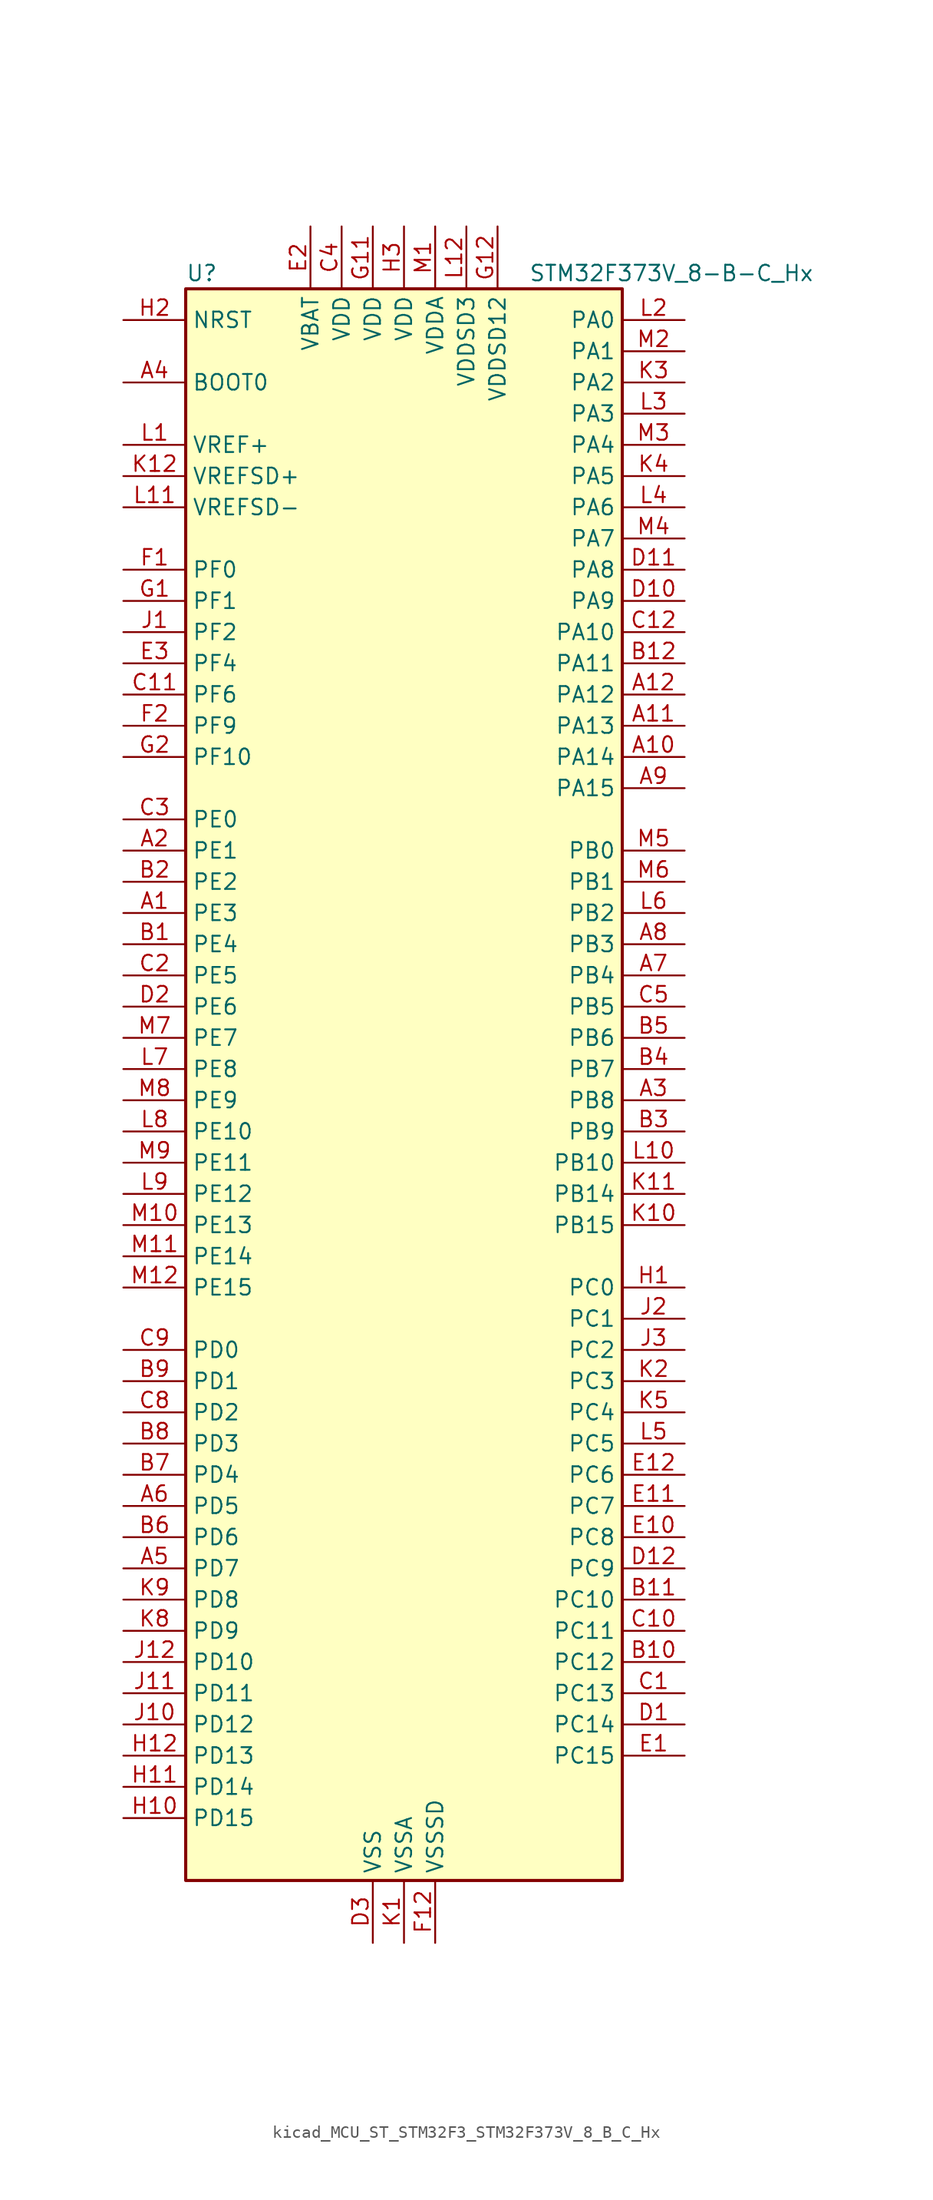
<source format=kicad_sym>
(kicad_symbol_lib
  (version 20220914)
  (generator kicad_symbol_editor)
  (symbol "kicad_MCU_ST_STM32F3_STM32F373V_8_B_C_Hx"
    (property "Reference" "U"
      (at -17.78 67.31 0)
      (effects (font (size 1.27 1.27)) (justify left)))
    (property "Value" "STM32F373V_8-B-C_Hx"
      (at 10.16 67.31 0)
      (effects (font (size 1.27 1.27)) (justify left)))
    (property "ki_locked" ""
      (at 0 0 0)
      (effects (font (size 1.27 1.27))))
    (symbol "kicad_MCU_ST_STM32F3_STM32F373V_8_B_C_Hx_0_1"
      (rectangle (start -17.78 -63.5) (end 17.78 66.04) (stroke (width 0.254) (type default)) (fill (type background))))
    (symbol "kicad_MCU_ST_STM32F3_STM32F373V_8_B_C_Hx_1_1"
      (pin bidirectional line (at -22.86 15.24 0) (length 5.08) (name "PE3" (effects (font (size 1.27 1.27)))) (number "A1" (effects (font (size 1.27 1.27)))) (alternate "SYS_TRACED0" bidirectional line) (alternate "TSC_G7_IO2" bidirectional line))
      (pin bidirectional line (at 22.86 27.94 180) (length 5.08) (name "PA14" (effects (font (size 1.27 1.27)))) (number "A10" (effects (font (size 1.27 1.27)))) (alternate "I2C1_SDA" bidirectional line) (alternate "SYS_JTCK-SWCLK" bidirectional line) (alternate "TIM12_CH1" bidirectional line) (alternate "TSC_G4_IO4" bidirectional line))
      (pin bidirectional line (at 22.86 30.48 180) (length 5.08) (name "PA13" (effects (font (size 1.27 1.27)))) (number "A11" (effects (font (size 1.27 1.27)))) (alternate "I2S1_MCK" bidirectional line) (alternate "IR_OUT" bidirectional line) (alternate "SPI1_MISO" bidirectional line) (alternate "SYS_JTMS-SWDIO" bidirectional line) (alternate "TIM16_CH1N" bidirectional line) (alternate "TIM4_CH3" bidirectional line) (alternate "TIM5_CH4" bidirectional line) (alternate "TSC_G4_IO3" bidirectional line) (alternate "USART3_CTS" bidirectional line))
      (pin bidirectional line (at 22.86 33.02 180) (length 5.08) (name "PA12" (effects (font (size 1.27 1.27)))) (number "A12" (effects (font (size 1.27 1.27)))) (alternate "CAN_TX" bidirectional line) (alternate "COMP2_OUT" bidirectional line) (alternate "I2S1_CK" bidirectional line) (alternate "SPI1_SCK" bidirectional line) (alternate "TIM16_CH1" bidirectional line) (alternate "TIM4_CH2" bidirectional line) (alternate "TIM5_CH3" bidirectional line) (alternate "USART1_DE" bidirectional line) (alternate "USART1_RTS" bidirectional line) (alternate "USB_DP" bidirectional line))
      (pin bidirectional line (at -22.86 20.32 0) (length 5.08) (name "PE1" (effects (font (size 1.27 1.27)))) (number "A2" (effects (font (size 1.27 1.27)))) (alternate "USART1_RX" bidirectional line))
      (pin bidirectional line (at 22.86 0 180) (length 5.08) (name "PB8" (effects (font (size 1.27 1.27)))) (number "A3" (effects (font (size 1.27 1.27)))) (alternate "CAN_RX" bidirectional line) (alternate "CEC" bidirectional line) (alternate "COMP1_OUT" bidirectional line) (alternate "I2C1_SCL" bidirectional line) (alternate "I2S2_CK" bidirectional line) (alternate "SPI2_SCK" bidirectional line) (alternate "TIM16_CH1" bidirectional line) (alternate "TIM19_CH3" bidirectional line) (alternate "TIM4_CH3" bidirectional line) (alternate "TSC_SYNC" bidirectional line) (alternate "USART3_TX" bidirectional line))
      (pin input line (at -22.86 58.42 0) (length 5.08) (name "BOOT0" (effects (font (size 1.27 1.27)))) (number "A4" (effects (font (size 1.27 1.27)))))
      (pin bidirectional line (at -22.86 -38.1 0) (length 5.08) (name "PD7" (effects (font (size 1.27 1.27)))) (number "A5" (effects (font (size 1.27 1.27)))) (alternate "I2S2_CK" bidirectional line) (alternate "SPI2_SCK" bidirectional line) (alternate "USART2_CK" bidirectional line))
      (pin bidirectional line (at -22.86 -33.02 0) (length 5.08) (name "PD5" (effects (font (size 1.27 1.27)))) (number "A6" (effects (font (size 1.27 1.27)))) (alternate "USART2_TX" bidirectional line))
      (pin bidirectional line (at 22.86 10.16 180) (length 5.08) (name "PB4" (effects (font (size 1.27 1.27)))) (number "A7" (effects (font (size 1.27 1.27)))) (alternate "I2S1_MCK" bidirectional line) (alternate "I2S3_MCK" bidirectional line) (alternate "SPI1_MISO" bidirectional line) (alternate "SPI3_MISO" bidirectional line) (alternate "SYS_NJTRST" bidirectional line) (alternate "TIM15_CH1N" bidirectional line) (alternate "TIM16_CH1" bidirectional line) (alternate "TIM17_BKIN" bidirectional line) (alternate "TIM3_CH1" bidirectional line) (alternate "TSC_G5_IO2" bidirectional line) (alternate "USART2_RX" bidirectional line))
      (pin bidirectional line (at 22.86 12.7 180) (length 5.08) (name "PB3" (effects (font (size 1.27 1.27)))) (number "A8" (effects (font (size 1.27 1.27)))) (alternate "I2S1_CK" bidirectional line) (alternate "I2S3_CK" bidirectional line) (alternate "SPI1_SCK" bidirectional line) (alternate "SPI3_SCK" bidirectional line) (alternate "SYS_JTDO-TRACESWO" bidirectional line) (alternate "TIM13_CH1" bidirectional line) (alternate "TIM2_CH2" bidirectional line) (alternate "TIM3_ETR" bidirectional line) (alternate "TIM4_ETR" bidirectional line) (alternate "TSC_G5_IO1" bidirectional line) (alternate "USART2_TX" bidirectional line))
      (pin bidirectional line (at 22.86 25.4 180) (length 5.08) (name "PA15" (effects (font (size 1.27 1.27)))) (number "A9" (effects (font (size 1.27 1.27)))) (alternate "ADC1_EXTI15" bidirectional line) (alternate "I2C1_SCL" bidirectional line) (alternate "I2S1_WS" bidirectional line) (alternate "I2S3_WS" bidirectional line) (alternate "SDADC1_EXTI15" bidirectional line) (alternate "SDADC2_EXTI15" bidirectional line) (alternate "SDADC3_EXTI15" bidirectional line) (alternate "SPI1_NSS" bidirectional line) (alternate "SPI3_NSS" bidirectional line) (alternate "SYS_JTDI" bidirectional line) (alternate "TIM12_CH2" bidirectional line) (alternate "TIM2_CH1" bidirectional line) (alternate "TIM2_ETR" bidirectional line) (alternate "TSC_SYNC" bidirectional line))
      (pin bidirectional line (at -22.86 12.7 0) (length 5.08) (name "PE4" (effects (font (size 1.27 1.27)))) (number "B1" (effects (font (size 1.27 1.27)))) (alternate "SYS_TRACED1" bidirectional line) (alternate "TSC_G7_IO3" bidirectional line))
      (pin bidirectional line (at 22.86 -45.72 180) (length 5.08) (name "PC12" (effects (font (size 1.27 1.27)))) (number "B10" (effects (font (size 1.27 1.27)))) (alternate "I2S3_SD" bidirectional line) (alternate "SPI3_MOSI" bidirectional line) (alternate "TIM19_CH3" bidirectional line) (alternate "USART3_CK" bidirectional line))
      (pin bidirectional line (at 22.86 -40.64 180) (length 5.08) (name "PC10" (effects (font (size 1.27 1.27)))) (number "B11" (effects (font (size 1.27 1.27)))) (alternate "I2S3_CK" bidirectional line) (alternate "SPI3_SCK" bidirectional line) (alternate "TIM19_CH1" bidirectional line) (alternate "USART3_TX" bidirectional line))
      (pin bidirectional line (at 22.86 35.56 180) (length 5.08) (name "PA11" (effects (font (size 1.27 1.27)))) (number "B12" (effects (font (size 1.27 1.27)))) (alternate "ADC1_EXTI11" bidirectional line) (alternate "CAN_RX" bidirectional line) (alternate "COMP1_OUT" bidirectional line) (alternate "I2S1_WS" bidirectional line) (alternate "I2S2_WS" bidirectional line) (alternate "SDADC1_EXTI11" bidirectional line) (alternate "SDADC2_EXTI11" bidirectional line) (alternate "SDADC3_EXTI11" bidirectional line) (alternate "SPI1_NSS" bidirectional line) (alternate "SPI2_NSS" bidirectional line) (alternate "TIM4_CH1" bidirectional line) (alternate "TIM5_CH2" bidirectional line) (alternate "USART1_CTS" bidirectional line) (alternate "USB_DM" bidirectional line))
      (pin bidirectional line (at -22.86 17.78 0) (length 5.08) (name "PE2" (effects (font (size 1.27 1.27)))) (number "B2" (effects (font (size 1.27 1.27)))) (alternate "SYS_TRACECK" bidirectional line) (alternate "TSC_G7_IO1" bidirectional line))
      (pin bidirectional line (at 22.86 -2.54 180) (length 5.08) (name "PB9" (effects (font (size 1.27 1.27)))) (number "B3" (effects (font (size 1.27 1.27)))) (alternate "CAN_TX" bidirectional line) (alternate "COMP2_OUT" bidirectional line) (alternate "DAC1_EXTI9" bidirectional line) (alternate "DAC2_EXTI9" bidirectional line) (alternate "I2C1_SDA" bidirectional line) (alternate "I2S2_WS" bidirectional line) (alternate "IR_OUT" bidirectional line) (alternate "SPI2_NSS" bidirectional line) (alternate "TIM17_CH1" bidirectional line) (alternate "TIM19_CH4" bidirectional line) (alternate "TIM4_CH4" bidirectional line) (alternate "USART3_RX" bidirectional line))
      (pin bidirectional line (at 22.86 2.54 180) (length 5.08) (name "PB7" (effects (font (size 1.27 1.27)))) (number "B4" (effects (font (size 1.27 1.27)))) (alternate "I2C1_SDA" bidirectional line) (alternate "TIM15_CH2" bidirectional line) (alternate "TIM17_CH1N" bidirectional line) (alternate "TIM19_CH2" bidirectional line) (alternate "TIM3_CH4" bidirectional line) (alternate "TIM4_CH2" bidirectional line) (alternate "TSC_G5_IO4" bidirectional line) (alternate "USART1_RX" bidirectional line))
      (pin bidirectional line (at 22.86 5.08 180) (length 5.08) (name "PB6" (effects (font (size 1.27 1.27)))) (number "B5" (effects (font (size 1.27 1.27)))) (alternate "I2C1_SCL" bidirectional line) (alternate "TIM15_CH1" bidirectional line) (alternate "TIM16_CH1N" bidirectional line) (alternate "TIM19_CH1" bidirectional line) (alternate "TIM3_CH3" bidirectional line) (alternate "TIM4_CH1" bidirectional line) (alternate "TSC_G5_IO3" bidirectional line) (alternate "USART1_TX" bidirectional line))
      (pin bidirectional line (at -22.86 -35.56 0) (length 5.08) (name "PD6" (effects (font (size 1.27 1.27)))) (number "B6" (effects (font (size 1.27 1.27)))) (alternate "I2S2_WS" bidirectional line) (alternate "SPI2_NSS" bidirectional line) (alternate "USART2_RX" bidirectional line))
      (pin bidirectional line (at -22.86 -30.48 0) (length 5.08) (name "PD4" (effects (font (size 1.27 1.27)))) (number "B7" (effects (font (size 1.27 1.27)))) (alternate "I2S2_SD" bidirectional line) (alternate "SPI2_MOSI" bidirectional line) (alternate "USART2_DE" bidirectional line) (alternate "USART2_RTS" bidirectional line))
      (pin bidirectional line (at -22.86 -27.94 0) (length 5.08) (name "PD3" (effects (font (size 1.27 1.27)))) (number "B8" (effects (font (size 1.27 1.27)))) (alternate "I2S2_MCK" bidirectional line) (alternate "SPI2_MISO" bidirectional line) (alternate "USART2_CTS" bidirectional line))
      (pin bidirectional line (at -22.86 -22.86 0) (length 5.08) (name "PD1" (effects (font (size 1.27 1.27)))) (number "B9" (effects (font (size 1.27 1.27)))) (alternate "CAN_TX" bidirectional line) (alternate "TIM19_ETR" bidirectional line))
      (pin bidirectional line (at 22.86 -48.26 180) (length 5.08) (name "PC13" (effects (font (size 1.27 1.27)))) (number "C1" (effects (font (size 1.27 1.27)))) (alternate "RTC_OUT_ALARM" bidirectional line) (alternate "RTC_OUT_CALIB" bidirectional line) (alternate "RTC_TAMP1" bidirectional line) (alternate "RTC_TS" bidirectional line) (alternate "SYS_WKUP2" bidirectional line))
      (pin bidirectional line (at 22.86 -43.18 180) (length 5.08) (name "PC11" (effects (font (size 1.27 1.27)))) (number "C10" (effects (font (size 1.27 1.27)))) (alternate "ADC1_EXTI11" bidirectional line) (alternate "I2S3_MCK" bidirectional line) (alternate "SDADC1_EXTI11" bidirectional line) (alternate "SDADC2_EXTI11" bidirectional line) (alternate "SDADC3_EXTI11" bidirectional line) (alternate "SPI3_MISO" bidirectional line) (alternate "TIM19_CH2" bidirectional line) (alternate "USART3_RX" bidirectional line))
      (pin bidirectional line (at -22.86 33.02 0) (length 5.08) (name "PF6" (effects (font (size 1.27 1.27)))) (number "C11" (effects (font (size 1.27 1.27)))) (alternate "I2C2_SCL" bidirectional line) (alternate "I2S1_SD" bidirectional line) (alternate "SPI1_MOSI" bidirectional line) (alternate "TIM4_CH4" bidirectional line) (alternate "USART3_DE" bidirectional line) (alternate "USART3_RTS" bidirectional line))
      (pin bidirectional line (at 22.86 38.1 180) (length 5.08) (name "PA10" (effects (font (size 1.27 1.27)))) (number "C12" (effects (font (size 1.27 1.27)))) (alternate "I2C2_SDA" bidirectional line) (alternate "I2S2_SD" bidirectional line) (alternate "SPI2_MOSI" bidirectional line) (alternate "TIM14_CH1" bidirectional line) (alternate "TIM17_BKIN" bidirectional line) (alternate "TIM2_CH4" bidirectional line) (alternate "TSC_G4_IO2" bidirectional line) (alternate "USART1_RX" bidirectional line))
      (pin bidirectional line (at -22.86 10.16 0) (length 5.08) (name "PE5" (effects (font (size 1.27 1.27)))) (number "C2" (effects (font (size 1.27 1.27)))) (alternate "SYS_TRACED2" bidirectional line) (alternate "TSC_G7_IO4" bidirectional line))
      (pin bidirectional line (at -22.86 22.86 0) (length 5.08) (name "PE0" (effects (font (size 1.27 1.27)))) (number "C3" (effects (font (size 1.27 1.27)))) (alternate "TIM4_ETR" bidirectional line) (alternate "USART1_TX" bidirectional line))
      (pin power_in line (at -5.08 71.12 270) (length 5.08) (name "VDD" (effects (font (size 1.27 1.27)))) (number "C4" (effects (font (size 1.27 1.27)))))
      (pin bidirectional line (at 22.86 7.62 180) (length 5.08) (name "PB5" (effects (font (size 1.27 1.27)))) (number "C5" (effects (font (size 1.27 1.27)))) (alternate "I2C1_SMBA" bidirectional line) (alternate "I2S1_SD" bidirectional line) (alternate "I2S3_SD" bidirectional line) (alternate "SPI1_MOSI" bidirectional line) (alternate "SPI3_MOSI" bidirectional line) (alternate "TIM16_BKIN" bidirectional line) (alternate "TIM17_CH1" bidirectional line) (alternate "TIM19_ETR" bidirectional line) (alternate "TIM3_CH2" bidirectional line) (alternate "USART2_CK" bidirectional line))
      (pin bidirectional line (at -22.86 -25.4 0) (length 5.08) (name "PD2" (effects (font (size 1.27 1.27)))) (number "C8" (effects (font (size 1.27 1.27)))) (alternate "TIM3_ETR" bidirectional line))
      (pin bidirectional line (at -22.86 -20.32 0) (length 5.08) (name "PD0" (effects (font (size 1.27 1.27)))) (number "C9" (effects (font (size 1.27 1.27)))) (alternate "CAN_RX" bidirectional line) (alternate "TIM19_CH4" bidirectional line))
      (pin bidirectional line (at 22.86 -50.8 180) (length 5.08) (name "PC14" (effects (font (size 1.27 1.27)))) (number "D1" (effects (font (size 1.27 1.27)))) (alternate "RCC_OSC32_IN" bidirectional line))
      (pin bidirectional line (at 22.86 40.64 180) (length 5.08) (name "PA9" (effects (font (size 1.27 1.27)))) (number "D10" (effects (font (size 1.27 1.27)))) (alternate "DAC1_EXTI9" bidirectional line) (alternate "DAC2_EXTI9" bidirectional line) (alternate "I2C2_SCL" bidirectional line) (alternate "I2S2_MCK" bidirectional line) (alternate "SPI2_MISO" bidirectional line) (alternate "TIM13_CH1" bidirectional line) (alternate "TIM15_BKIN" bidirectional line) (alternate "TIM2_CH3" bidirectional line) (alternate "TSC_G4_IO1" bidirectional line) (alternate "USART1_TX" bidirectional line))
      (pin bidirectional line (at 22.86 43.18 180) (length 5.08) (name "PA8" (effects (font (size 1.27 1.27)))) (number "D11" (effects (font (size 1.27 1.27)))) (alternate "I2C2_SMBA" bidirectional line) (alternate "I2S2_CK" bidirectional line) (alternate "RCC_MCO" bidirectional line) (alternate "SPI2_SCK" bidirectional line) (alternate "TIM4_ETR" bidirectional line) (alternate "TIM5_CH1" bidirectional line) (alternate "TIM5_ETR" bidirectional line) (alternate "USART1_CK" bidirectional line))
      (pin bidirectional line (at 22.86 -38.1 180) (length 5.08) (name "PC9" (effects (font (size 1.27 1.27)))) (number "D12" (effects (font (size 1.27 1.27)))) (alternate "DAC1_EXTI9" bidirectional line) (alternate "DAC2_EXTI9" bidirectional line) (alternate "I2S1_SD" bidirectional line) (alternate "SPI1_MOSI" bidirectional line) (alternate "TIM3_CH4" bidirectional line))
      (pin bidirectional line (at -22.86 7.62 0) (length 5.08) (name "PE6" (effects (font (size 1.27 1.27)))) (number "D2" (effects (font (size 1.27 1.27)))) (alternate "RTC_TAMP3" bidirectional line) (alternate "SYS_TRACED3" bidirectional line) (alternate "SYS_WKUP3" bidirectional line))
      (pin power_in line (at -2.54 -68.58 90) (length 5.08) (name "VSS" (effects (font (size 1.27 1.27)))) (number "D3" (effects (font (size 1.27 1.27)))))
      (pin bidirectional line (at 22.86 -53.34 180) (length 5.08) (name "PC15" (effects (font (size 1.27 1.27)))) (number "E1" (effects (font (size 1.27 1.27)))) (alternate "ADC1_EXTI15" bidirectional line) (alternate "RCC_OSC32_OUT" bidirectional line) (alternate "SDADC1_EXTI15" bidirectional line) (alternate "SDADC2_EXTI15" bidirectional line) (alternate "SDADC3_EXTI15" bidirectional line))
      (pin bidirectional line (at 22.86 -35.56 180) (length 5.08) (name "PC8" (effects (font (size 1.27 1.27)))) (number "E10" (effects (font (size 1.27 1.27)))) (alternate "I2S1_MCK" bidirectional line) (alternate "SPI1_MISO" bidirectional line) (alternate "TIM3_CH3" bidirectional line))
      (pin bidirectional line (at 22.86 -33.02 180) (length 5.08) (name "PC7" (effects (font (size 1.27 1.27)))) (number "E11" (effects (font (size 1.27 1.27)))) (alternate "I2S1_CK" bidirectional line) (alternate "SPI1_SCK" bidirectional line) (alternate "TIM3_CH2" bidirectional line))
      (pin bidirectional line (at 22.86 -30.48 180) (length 5.08) (name "PC6" (effects (font (size 1.27 1.27)))) (number "E12" (effects (font (size 1.27 1.27)))) (alternate "I2S1_WS" bidirectional line) (alternate "SPI1_NSS" bidirectional line) (alternate "TIM3_CH1" bidirectional line))
      (pin power_in line (at -7.62 71.12 270) (length 5.08) (name "VBAT" (effects (font (size 1.27 1.27)))) (number "E2" (effects (font (size 1.27 1.27)))))
      (pin bidirectional line (at -22.86 35.56 0) (length 5.08) (name "PF4" (effects (font (size 1.27 1.27)))) (number "E3" (effects (font (size 1.27 1.27)))))
      (pin bidirectional line (at -22.86 43.18 0) (length 5.08) (name "PF0" (effects (font (size 1.27 1.27)))) (number "F1" (effects (font (size 1.27 1.27)))) (alternate "I2C2_SDA" bidirectional line) (alternate "RCC_OSC_IN" bidirectional line))
      (pin passive line (at -2.54 -68.58 90) (length 5.08) hide (name "VSS" (effects (font (size 1.27 1.27)))) (number "F11" (effects (font (size 1.27 1.27)))))
      (pin power_in line (at 2.54 -68.58 90) (length 5.08) (name "VSSSD" (effects (font (size 1.27 1.27)))) (number "F12" (effects (font (size 1.27 1.27)))))
      (pin bidirectional line (at -22.86 30.48 0) (length 5.08) (name "PF9" (effects (font (size 1.27 1.27)))) (number "F2" (effects (font (size 1.27 1.27)))) (alternate "DAC1_EXTI9" bidirectional line) (alternate "DAC2_EXTI9" bidirectional line) (alternate "TIM14_CH1" bidirectional line))
      (pin bidirectional line (at -22.86 40.64 0) (length 5.08) (name "PF1" (effects (font (size 1.27 1.27)))) (number "G1" (effects (font (size 1.27 1.27)))) (alternate "I2C2_SCL" bidirectional line) (alternate "RCC_OSC_OUT" bidirectional line))
      (pin power_in line (at -2.54 71.12 270) (length 5.08) (name "VDD" (effects (font (size 1.27 1.27)))) (number "G11" (effects (font (size 1.27 1.27)))))
      (pin power_in line (at 7.62 71.12 270) (length 5.08) (name "VDDSD12" (effects (font (size 1.27 1.27)))) (number "G12" (effects (font (size 1.27 1.27)))))
      (pin bidirectional line (at -22.86 27.94 0) (length 5.08) (name "PF10" (effects (font (size 1.27 1.27)))) (number "G2" (effects (font (size 1.27 1.27)))))
      (pin bidirectional line (at 22.86 -15.24 180) (length 5.08) (name "PC0" (effects (font (size 1.27 1.27)))) (number "H1" (effects (font (size 1.27 1.27)))) (alternate "ADC1_IN10" bidirectional line) (alternate "TIM5_CH1" bidirectional line) (alternate "TIM5_ETR" bidirectional line))
      (pin bidirectional line (at -22.86 -58.42 0) (length 5.08) (name "PD15" (effects (font (size 1.27 1.27)))) (number "H10" (effects (font (size 1.27 1.27)))) (alternate "ADC1_EXTI15" bidirectional line) (alternate "SDADC1_EXTI15" bidirectional line) (alternate "SDADC2_EXTI15" bidirectional line) (alternate "SDADC3_AIN0M" bidirectional line) (alternate "SDADC3_EXTI15" bidirectional line) (alternate "TIM4_CH4" bidirectional line) (alternate "TSC_G8_IO4" bidirectional line))
      (pin bidirectional line (at -22.86 -55.88 0) (length 5.08) (name "PD14" (effects (font (size 1.27 1.27)))) (number "H11" (effects (font (size 1.27 1.27)))) (alternate "SDADC3_AIN0P" bidirectional line) (alternate "TIM4_CH3" bidirectional line) (alternate "TSC_G8_IO3" bidirectional line))
      (pin bidirectional line (at -22.86 -53.34 0) (length 5.08) (name "PD13" (effects (font (size 1.27 1.27)))) (number "H12" (effects (font (size 1.27 1.27)))) (alternate "SDADC3_AIN1P" bidirectional line) (alternate "SDADC3_AIN2M" bidirectional line) (alternate "TIM4_CH2" bidirectional line) (alternate "TSC_G8_IO2" bidirectional line))
      (pin input line (at -22.86 63.5 0) (length 5.08) (name "NRST" (effects (font (size 1.27 1.27)))) (number "H2" (effects (font (size 1.27 1.27)))))
      (pin power_in line (at 0 71.12 270) (length 5.08) (name "VDD" (effects (font (size 1.27 1.27)))) (number "H3" (effects (font (size 1.27 1.27)))))
      (pin bidirectional line (at -22.86 38.1 0) (length 5.08) (name "PF2" (effects (font (size 1.27 1.27)))) (number "J1" (effects (font (size 1.27 1.27)))) (alternate "I2C2_SMBA" bidirectional line))
      (pin bidirectional line (at -22.86 -50.8 0) (length 5.08) (name "PD12" (effects (font (size 1.27 1.27)))) (number "J10" (effects (font (size 1.27 1.27)))) (alternate "SDADC3_AIN2P" bidirectional line) (alternate "TIM4_CH1" bidirectional line) (alternate "TSC_G8_IO1" bidirectional line) (alternate "USART3_DE" bidirectional line) (alternate "USART3_RTS" bidirectional line))
      (pin bidirectional line (at -22.86 -48.26 0) (length 5.08) (name "PD11" (effects (font (size 1.27 1.27)))) (number "J11" (effects (font (size 1.27 1.27)))) (alternate "ADC1_EXTI11" bidirectional line) (alternate "SDADC1_EXTI11" bidirectional line) (alternate "SDADC2_EXTI11" bidirectional line) (alternate "SDADC3_AIN3P" bidirectional line) (alternate "SDADC3_AIN4M" bidirectional line) (alternate "SDADC3_EXTI11" bidirectional line) (alternate "USART3_CTS" bidirectional line))
      (pin bidirectional line (at -22.86 -45.72 0) (length 5.08) (name "PD10" (effects (font (size 1.27 1.27)))) (number "J12" (effects (font (size 1.27 1.27)))) (alternate "SDADC3_AIN4P" bidirectional line) (alternate "USART3_CK" bidirectional line))
      (pin bidirectional line (at 22.86 -17.78 180) (length 5.08) (name "PC1" (effects (font (size 1.27 1.27)))) (number "J2" (effects (font (size 1.27 1.27)))) (alternate "ADC1_IN11" bidirectional line) (alternate "TIM5_CH2" bidirectional line))
      (pin bidirectional line (at 22.86 -20.32 180) (length 5.08) (name "PC2" (effects (font (size 1.27 1.27)))) (number "J3" (effects (font (size 1.27 1.27)))) (alternate "ADC1_IN12" bidirectional line) (alternate "I2S2_MCK" bidirectional line) (alternate "SPI2_MISO" bidirectional line) (alternate "TIM5_CH3" bidirectional line))
      (pin power_in line (at 0 -68.58 90) (length 5.08) (name "VSSA" (effects (font (size 1.27 1.27)))) (number "K1" (effects (font (size 1.27 1.27)))))
      (pin bidirectional line (at 22.86 -10.16 180) (length 5.08) (name "PB15" (effects (font (size 1.27 1.27)))) (number "K10" (effects (font (size 1.27 1.27)))) (alternate "ADC1_EXTI15" bidirectional line) (alternate "I2S2_SD" bidirectional line) (alternate "RTC_REFIN" bidirectional line) (alternate "SDADC1_EXTI15" bidirectional line) (alternate "SDADC2_EXTI15" bidirectional line) (alternate "SDADC3_AIN7P" bidirectional line) (alternate "SDADC3_AIN8M" bidirectional line) (alternate "SDADC3_EXTI15" bidirectional line) (alternate "SPI2_MOSI" bidirectional line) (alternate "TIM12_CH2" bidirectional line) (alternate "TIM15_CH1N" bidirectional line) (alternate "TIM15_CH2" bidirectional line) (alternate "TSC_G6_IO2" bidirectional line))
      (pin bidirectional line (at 22.86 -7.62 180) (length 5.08) (name "PB14" (effects (font (size 1.27 1.27)))) (number "K11" (effects (font (size 1.27 1.27)))) (alternate "I2S2_MCK" bidirectional line) (alternate "SDADC3_AIN8P" bidirectional line) (alternate "SPI2_MISO" bidirectional line) (alternate "TIM12_CH1" bidirectional line) (alternate "TIM15_CH1" bidirectional line) (alternate "TSC_G6_IO1" bidirectional line) (alternate "USART3_DE" bidirectional line) (alternate "USART3_RTS" bidirectional line))
      (pin input line (at -22.86 50.8 0) (length 5.08) (name "VREFSD+" (effects (font (size 1.27 1.27)))) (number "K12" (effects (font (size 1.27 1.27)))))
      (pin bidirectional line (at 22.86 -22.86 180) (length 5.08) (name "PC3" (effects (font (size 1.27 1.27)))) (number "K2" (effects (font (size 1.27 1.27)))) (alternate "ADC1_IN13" bidirectional line) (alternate "I2S2_SD" bidirectional line) (alternate "SPI2_MOSI" bidirectional line) (alternate "TIM5_CH4" bidirectional line))
      (pin bidirectional line (at 22.86 58.42 180) (length 5.08) (name "PA2" (effects (font (size 1.27 1.27)))) (number "K3" (effects (font (size 1.27 1.27)))) (alternate "ADC1_IN2" bidirectional line) (alternate "COMP2_INM" bidirectional line) (alternate "COMP2_OUT" bidirectional line) (alternate "I2S3_MCK" bidirectional line) (alternate "SPI3_MISO" bidirectional line) (alternate "TIM15_CH1" bidirectional line) (alternate "TIM19_CH3" bidirectional line) (alternate "TIM2_CH3" bidirectional line) (alternate "TIM5_CH3" bidirectional line) (alternate "TSC_G1_IO3" bidirectional line) (alternate "USART2_TX" bidirectional line))
      (pin bidirectional line (at 22.86 50.8 180) (length 5.08) (name "PA5" (effects (font (size 1.27 1.27)))) (number "K4" (effects (font (size 1.27 1.27)))) (alternate "ADC1_IN5" bidirectional line) (alternate "CEC" bidirectional line) (alternate "DAC1_OUT2" bidirectional line) (alternate "I2S1_CK" bidirectional line) (alternate "SPI1_SCK" bidirectional line) (alternate "TIM12_CH2" bidirectional line) (alternate "TIM14_CH1" bidirectional line) (alternate "TIM2_CH1" bidirectional line) (alternate "TIM2_ETR" bidirectional line) (alternate "TSC_G2_IO2" bidirectional line))
      (pin bidirectional line (at 22.86 -25.4 180) (length 5.08) (name "PC4" (effects (font (size 1.27 1.27)))) (number "K5" (effects (font (size 1.27 1.27)))) (alternate "ADC1_IN14" bidirectional line) (alternate "TIM13_CH1" bidirectional line) (alternate "TSC_G3_IO1" bidirectional line) (alternate "USART1_TX" bidirectional line))
      (pin bidirectional line (at -22.86 -43.18 0) (length 5.08) (name "PD9" (effects (font (size 1.27 1.27)))) (number "K8" (effects (font (size 1.27 1.27)))) (alternate "DAC1_EXTI9" bidirectional line) (alternate "DAC2_EXTI9" bidirectional line) (alternate "SDADC3_AIN5P" bidirectional line) (alternate "SDADC3_AIN6M" bidirectional line) (alternate "TSC_G6_IO4" bidirectional line) (alternate "USART3_RX" bidirectional line))
      (pin bidirectional line (at -22.86 -40.64 0) (length 5.08) (name "PD8" (effects (font (size 1.27 1.27)))) (number "K9" (effects (font (size 1.27 1.27)))) (alternate "I2S2_CK" bidirectional line) (alternate "SDADC3_AIN6P" bidirectional line) (alternate "SPI2_SCK" bidirectional line) (alternate "TSC_G6_IO3" bidirectional line) (alternate "USART3_TX" bidirectional line))
      (pin input line (at -22.86 53.34 0) (length 5.08) (name "VREF+" (effects (font (size 1.27 1.27)))) (number "L1" (effects (font (size 1.27 1.27)))))
      (pin bidirectional line (at 22.86 -5.08 180) (length 5.08) (name "PB10" (effects (font (size 1.27 1.27)))) (number "L10" (effects (font (size 1.27 1.27)))) (alternate "CEC" bidirectional line) (alternate "I2S2_CK" bidirectional line) (alternate "SDADC2_AIN0M" bidirectional line) (alternate "SPI2_SCK" bidirectional line) (alternate "TIM2_CH3" bidirectional line) (alternate "TSC_SYNC" bidirectional line) (alternate "USART3_TX" bidirectional line))
      (pin input line (at -22.86 48.26 0) (length 5.08) (name "VREFSD-" (effects (font (size 1.27 1.27)))) (number "L11" (effects (font (size 1.27 1.27)))))
      (pin power_in line (at 5.08 71.12 270) (length 5.08) (name "VDDSD3" (effects (font (size 1.27 1.27)))) (number "L12" (effects (font (size 1.27 1.27)))))
      (pin bidirectional line (at 22.86 63.5 180) (length 5.08) (name "PA0" (effects (font (size 1.27 1.27)))) (number "L2" (effects (font (size 1.27 1.27)))) (alternate "ADC1_IN0" bidirectional line) (alternate "COMP1_INM" bidirectional line) (alternate "COMP1_OUT" bidirectional line) (alternate "RTC_TAMP2" bidirectional line) (alternate "SYS_WKUP1" bidirectional line) (alternate "TIM19_CH1" bidirectional line) (alternate "TIM2_CH1" bidirectional line) (alternate "TIM2_ETR" bidirectional line) (alternate "TIM5_CH1" bidirectional line) (alternate "TIM5_ETR" bidirectional line) (alternate "TSC_G1_IO1" bidirectional line) (alternate "USART2_CTS" bidirectional line))
      (pin bidirectional line (at 22.86 55.88 180) (length 5.08) (name "PA3" (effects (font (size 1.27 1.27)))) (number "L3" (effects (font (size 1.27 1.27)))) (alternate "ADC1_IN3" bidirectional line) (alternate "COMP2_INP" bidirectional line) (alternate "I2S3_SD" bidirectional line) (alternate "SPI3_MOSI" bidirectional line) (alternate "TIM15_CH2" bidirectional line) (alternate "TIM19_CH4" bidirectional line) (alternate "TIM2_CH4" bidirectional line) (alternate "TIM5_CH4" bidirectional line) (alternate "TSC_G1_IO4" bidirectional line) (alternate "USART2_RX" bidirectional line))
      (pin bidirectional line (at 22.86 48.26 180) (length 5.08) (name "PA6" (effects (font (size 1.27 1.27)))) (number "L4" (effects (font (size 1.27 1.27)))) (alternate "ADC1_IN6" bidirectional line) (alternate "COMP1_OUT" bidirectional line) (alternate "DAC2_OUT1" bidirectional line) (alternate "I2S1_MCK" bidirectional line) (alternate "SPI1_MISO" bidirectional line) (alternate "TIM13_CH1" bidirectional line) (alternate "TIM16_CH1" bidirectional line) (alternate "TIM3_CH1" bidirectional line) (alternate "TSC_G2_IO3" bidirectional line))
      (pin bidirectional line (at 22.86 -27.94 180) (length 5.08) (name "PC5" (effects (font (size 1.27 1.27)))) (number "L5" (effects (font (size 1.27 1.27)))) (alternate "ADC1_IN15" bidirectional line) (alternate "TSC_G3_IO2" bidirectional line) (alternate "USART1_RX" bidirectional line))
      (pin bidirectional line (at 22.86 15.24 180) (length 5.08) (name "PB2" (effects (font (size 1.27 1.27)))) (number "L6" (effects (font (size 1.27 1.27)))) (alternate "SDADC1_AIN4P" bidirectional line) (alternate "SDADC2_AIN6P" bidirectional line))
      (pin bidirectional line (at -22.86 2.54 0) (length 5.08) (name "PE8" (effects (font (size 1.27 1.27)))) (number "L7" (effects (font (size 1.27 1.27)))) (alternate "SDADC1_AIN8P" bidirectional line) (alternate "SDADC2_AIN8P" bidirectional line))
      (pin bidirectional line (at -22.86 -2.54 0) (length 5.08) (name "PE10" (effects (font (size 1.27 1.27)))) (number "L8" (effects (font (size 1.27 1.27)))) (alternate "SDADC1_AIN2P" bidirectional line))
      (pin bidirectional line (at -22.86 -7.62 0) (length 5.08) (name "PE12" (effects (font (size 1.27 1.27)))) (number "L9" (effects (font (size 1.27 1.27)))) (alternate "SDADC1_AIN0P" bidirectional line) (alternate "SDADC2_AIN3P" bidirectional line) (alternate "SDADC2_AIN4M" bidirectional line))
      (pin power_in line (at 2.54 71.12 270) (length 5.08) (name "VDDA" (effects (font (size 1.27 1.27)))) (number "M1" (effects (font (size 1.27 1.27)))))
      (pin bidirectional line (at -22.86 -10.16 0) (length 5.08) (name "PE13" (effects (font (size 1.27 1.27)))) (number "M10" (effects (font (size 1.27 1.27)))) (alternate "SDADC1_AIN0M" bidirectional line) (alternate "SDADC2_AIN2P" bidirectional line))
      (pin bidirectional line (at -22.86 -12.7 0) (length 5.08) (name "PE14" (effects (font (size 1.27 1.27)))) (number "M11" (effects (font (size 1.27 1.27)))) (alternate "SDADC2_AIN1P" bidirectional line) (alternate "SDADC2_AIN2M" bidirectional line))
      (pin bidirectional line (at -22.86 -15.24 0) (length 5.08) (name "PE15" (effects (font (size 1.27 1.27)))) (number "M12" (effects (font (size 1.27 1.27)))) (alternate "ADC1_EXTI15" bidirectional line) (alternate "SDADC1_EXTI15" bidirectional line) (alternate "SDADC2_AIN0P" bidirectional line) (alternate "SDADC2_EXTI15" bidirectional line) (alternate "SDADC3_EXTI15" bidirectional line) (alternate "USART3_RX" bidirectional line))
      (pin bidirectional line (at 22.86 60.96 180) (length 5.08) (name "PA1" (effects (font (size 1.27 1.27)))) (number "M2" (effects (font (size 1.27 1.27)))) (alternate "ADC1_IN1" bidirectional line) (alternate "COMP1_INP" bidirectional line) (alternate "I2S3_CK" bidirectional line) (alternate "RTC_REFIN" bidirectional line) (alternate "SPI3_SCK" bidirectional line) (alternate "TIM15_CH1N" bidirectional line) (alternate "TIM19_CH2" bidirectional line) (alternate "TIM2_CH2" bidirectional line) (alternate "TIM5_CH2" bidirectional line) (alternate "TSC_G1_IO2" bidirectional line) (alternate "USART2_DE" bidirectional line) (alternate "USART2_RTS" bidirectional line))
      (pin bidirectional line (at 22.86 53.34 180) (length 5.08) (name "PA4" (effects (font (size 1.27 1.27)))) (number "M3" (effects (font (size 1.27 1.27)))) (alternate "ADC1_IN4" bidirectional line) (alternate "DAC1_OUT1" bidirectional line) (alternate "I2S1_WS" bidirectional line) (alternate "I2S3_WS" bidirectional line) (alternate "SPI1_NSS" bidirectional line) (alternate "SPI3_NSS" bidirectional line) (alternate "TIM12_CH1" bidirectional line) (alternate "TIM3_CH2" bidirectional line) (alternate "TSC_G2_IO1" bidirectional line) (alternate "USART2_CK" bidirectional line))
      (pin bidirectional line (at 22.86 45.72 180) (length 5.08) (name "PA7" (effects (font (size 1.27 1.27)))) (number "M4" (effects (font (size 1.27 1.27)))) (alternate "ADC1_IN7" bidirectional line) (alternate "COMP2_OUT" bidirectional line) (alternate "I2S1_SD" bidirectional line) (alternate "SPI1_MOSI" bidirectional line) (alternate "TIM14_CH1" bidirectional line) (alternate "TIM17_CH1" bidirectional line) (alternate "TIM3_CH2" bidirectional line) (alternate "TSC_G2_IO4" bidirectional line))
      (pin bidirectional line (at 22.86 20.32 180) (length 5.08) (name "PB0" (effects (font (size 1.27 1.27)))) (number "M5" (effects (font (size 1.27 1.27)))) (alternate "ADC1_IN8" bidirectional line) (alternate "I2S1_SD" bidirectional line) (alternate "SDADC1_AIN6P" bidirectional line) (alternate "SPI1_MOSI" bidirectional line) (alternate "TIM3_CH2" bidirectional line) (alternate "TIM3_CH3" bidirectional line) (alternate "TSC_G3_IO3" bidirectional line))
      (pin bidirectional line (at 22.86 17.78 180) (length 5.08) (name "PB1" (effects (font (size 1.27 1.27)))) (number "M6" (effects (font (size 1.27 1.27)))) (alternate "ADC1_IN9" bidirectional line) (alternate "SDADC1_AIN5P" bidirectional line) (alternate "SDADC1_AIN6M" bidirectional line) (alternate "TIM3_CH4" bidirectional line) (alternate "TSC_G3_IO4" bidirectional line))
      (pin bidirectional line (at -22.86 5.08 0) (length 5.08) (name "PE7" (effects (font (size 1.27 1.27)))) (number "M7" (effects (font (size 1.27 1.27)))) (alternate "SDADC1_AIN3P" bidirectional line) (alternate "SDADC1_AIN4M" bidirectional line) (alternate "SDADC2_AIN5P" bidirectional line) (alternate "SDADC2_AIN6M" bidirectional line))
      (pin bidirectional line (at -22.86 0 0) (length 5.08) (name "PE9" (effects (font (size 1.27 1.27)))) (number "M8" (effects (font (size 1.27 1.27)))) (alternate "DAC1_EXTI9" bidirectional line) (alternate "DAC2_EXTI9" bidirectional line) (alternate "SDADC1_AIN7P" bidirectional line) (alternate "SDADC1_AIN8M" bidirectional line) (alternate "SDADC2_AIN7P" bidirectional line) (alternate "SDADC2_AIN8M" bidirectional line))
      (pin bidirectional line (at -22.86 -5.08 0) (length 5.08) (name "PE11" (effects (font (size 1.27 1.27)))) (number "M9" (effects (font (size 1.27 1.27)))) (alternate "ADC1_EXTI11" bidirectional line) (alternate "SDADC1_AIN1P" bidirectional line) (alternate "SDADC1_AIN2M" bidirectional line) (alternate "SDADC1_EXTI11" bidirectional line) (alternate "SDADC2_AIN4P" bidirectional line) (alternate "SDADC2_EXTI11" bidirectional line) (alternate "SDADC3_EXTI11" bidirectional line)))))
</source>
